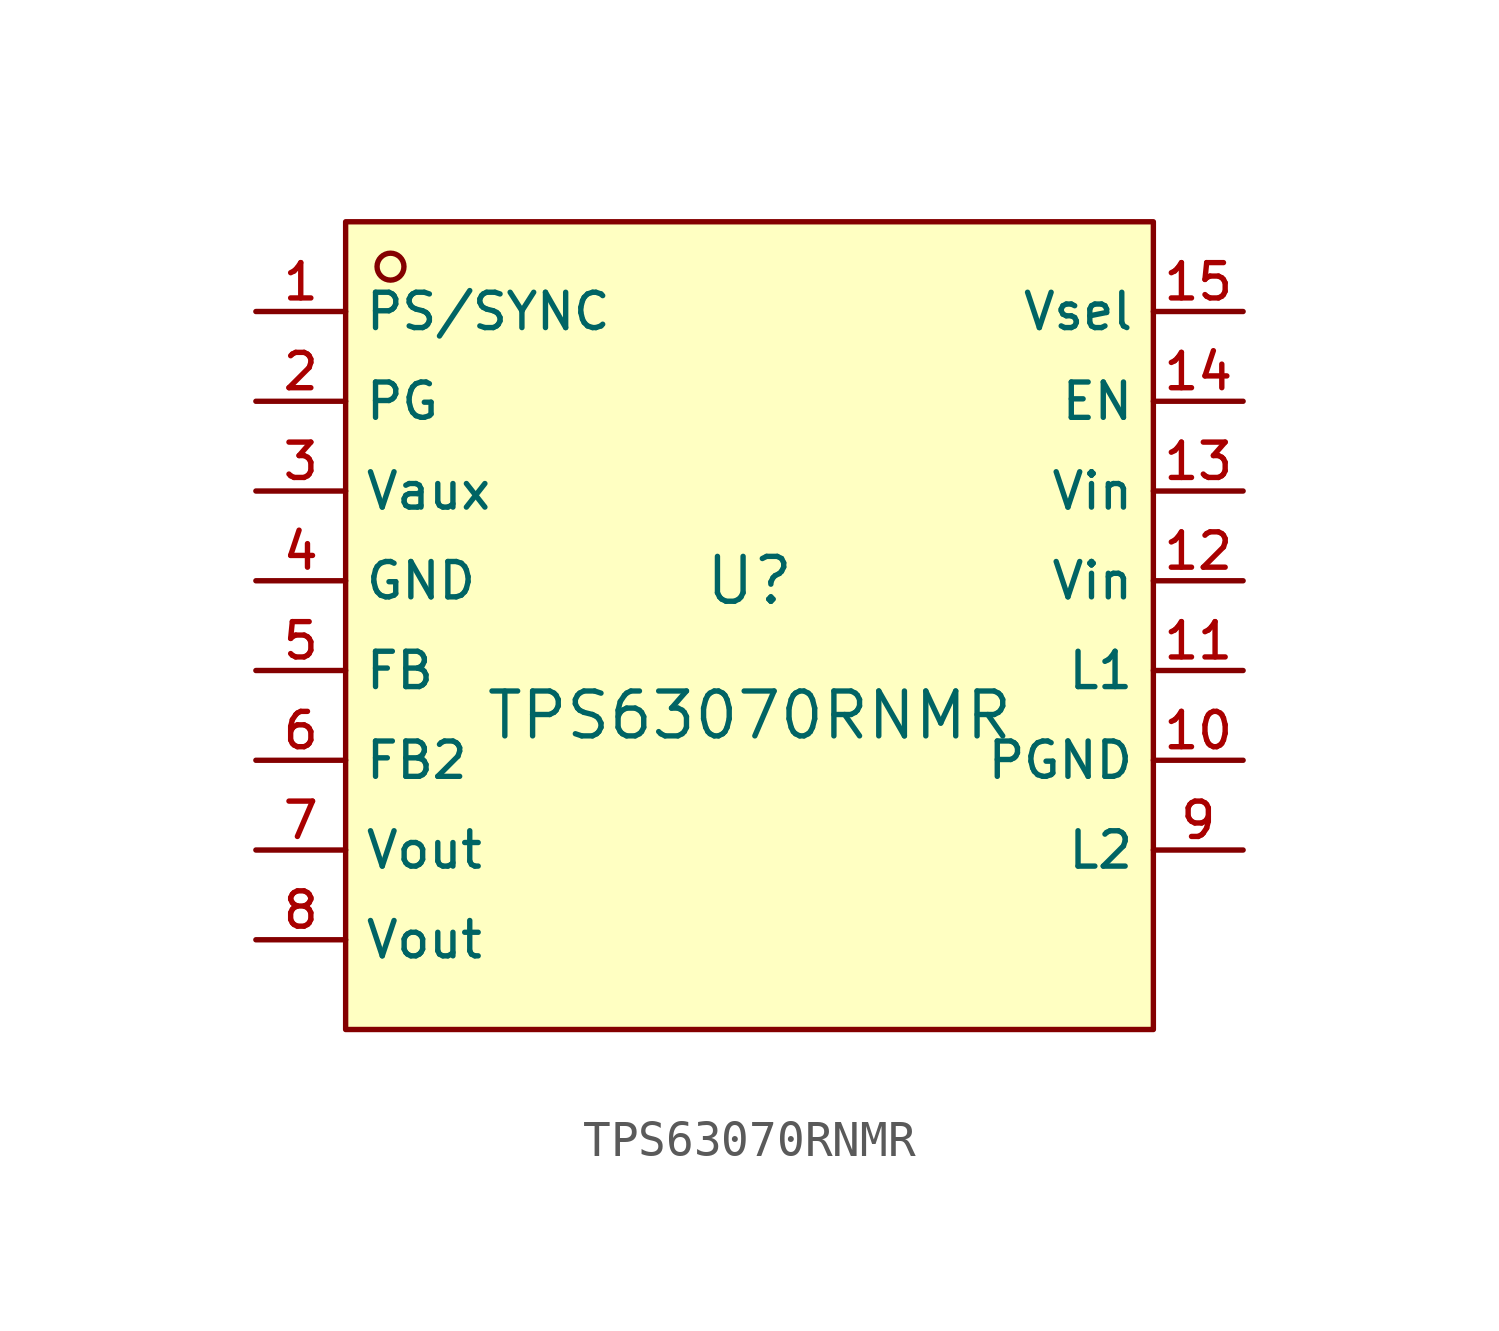
<source format=kicad_sym>
(kicad_symbol_lib
  (version 20210201)
  (generator TousstNicolas/JLC2KiCad_lib)
  (symbol "TPS63070RNMR"
    (property "Reference" "U"
      (at 0 1.27 0)
      (effects (font (size 1.27 1.27))))
    (property "Value" "TPS63070RNMR"
      (at 0 -2.54 0)
      (effects (font (size 1.27 1.27))))
    (symbol "TPS63070RNMR_0_1"
      (rectangle (start -11.43 11.43) (end 11.43 -11.43) (stroke (width 0) (type default) (color 0 0 0 0)) (fill (type background)))
      (circle (center -10.16 10.16) (radius 0.381) (stroke (width 0) (type default) (color 0 0 0 0)) (fill (type background)))
      (pin unspecified line (at -13.97 8.89 0) (length 2.54) (name "PS/SYNC" (effects (font (size 1 1)))) (number "1" (effects (font (size 1 1)))))
      (pin unspecified line (at -13.97 6.35 0) (length 2.54) (name "PG" (effects (font (size 1 1)))) (number "2" (effects (font (size 1 1)))))
      (pin unspecified line (at -13.97 3.81 0) (length 2.54) (name "Vaux" (effects (font (size 1 1)))) (number "3" (effects (font (size 1 1)))))
      (pin unspecified line (at -13.97 1.27 0) (length 2.54) (name "GND" (effects (font (size 1 1)))) (number "4" (effects (font (size 1 1)))))
      (pin unspecified line (at -13.97 -1.27 0) (length 2.54) (name "FB" (effects (font (size 1 1)))) (number "5" (effects (font (size 1 1)))))
      (pin unspecified line (at -13.97 -3.81 0) (length 2.54) (name "FB2" (effects (font (size 1 1)))) (number "6" (effects (font (size 1 1)))))
      (pin unspecified line (at -13.97 -6.35 0) (length 2.54) (name "Vout" (effects (font (size 1 1)))) (number "7" (effects (font (size 1 1)))))
      (pin unspecified line (at -13.97 -8.89 0) (length 2.54) (name "Vout" (effects (font (size 1 1)))) (number "8" (effects (font (size 1 1)))))
      (pin unspecified line (at 13.97 -6.35 180) (length 2.54) (name "L2" (effects (font (size 1 1)))) (number "9" (effects (font (size 1 1)))))
      (pin unspecified line (at 13.97 -3.81 180) (length 2.54) (name "PGND" (effects (font (size 1 1)))) (number "10" (effects (font (size 1 1)))))
      (pin unspecified line (at 13.97 -1.27 180) (length 2.54) (name "L1" (effects (font (size 1 1)))) (number "11" (effects (font (size 1 1)))))
      (pin unspecified line (at 13.97 1.27 180) (length 2.54) (name "Vin" (effects (font (size 1 1)))) (number "12" (effects (font (size 1 1)))))
      (pin unspecified line (at 13.97 3.81 180) (length 2.54) (name "Vin" (effects (font (size 1 1)))) (number "13" (effects (font (size 1 1)))))
      (pin unspecified line (at 13.97 6.35 180) (length 2.54) (name "EN" (effects (font (size 1 1)))) (number "14" (effects (font (size 1 1)))))
      (pin unspecified line (at 13.97 8.89 180) (length 2.54) (name "Vsel" (effects (font (size 1 1)))) (number "15" (effects (font (size 1 1))))))))
</source>
